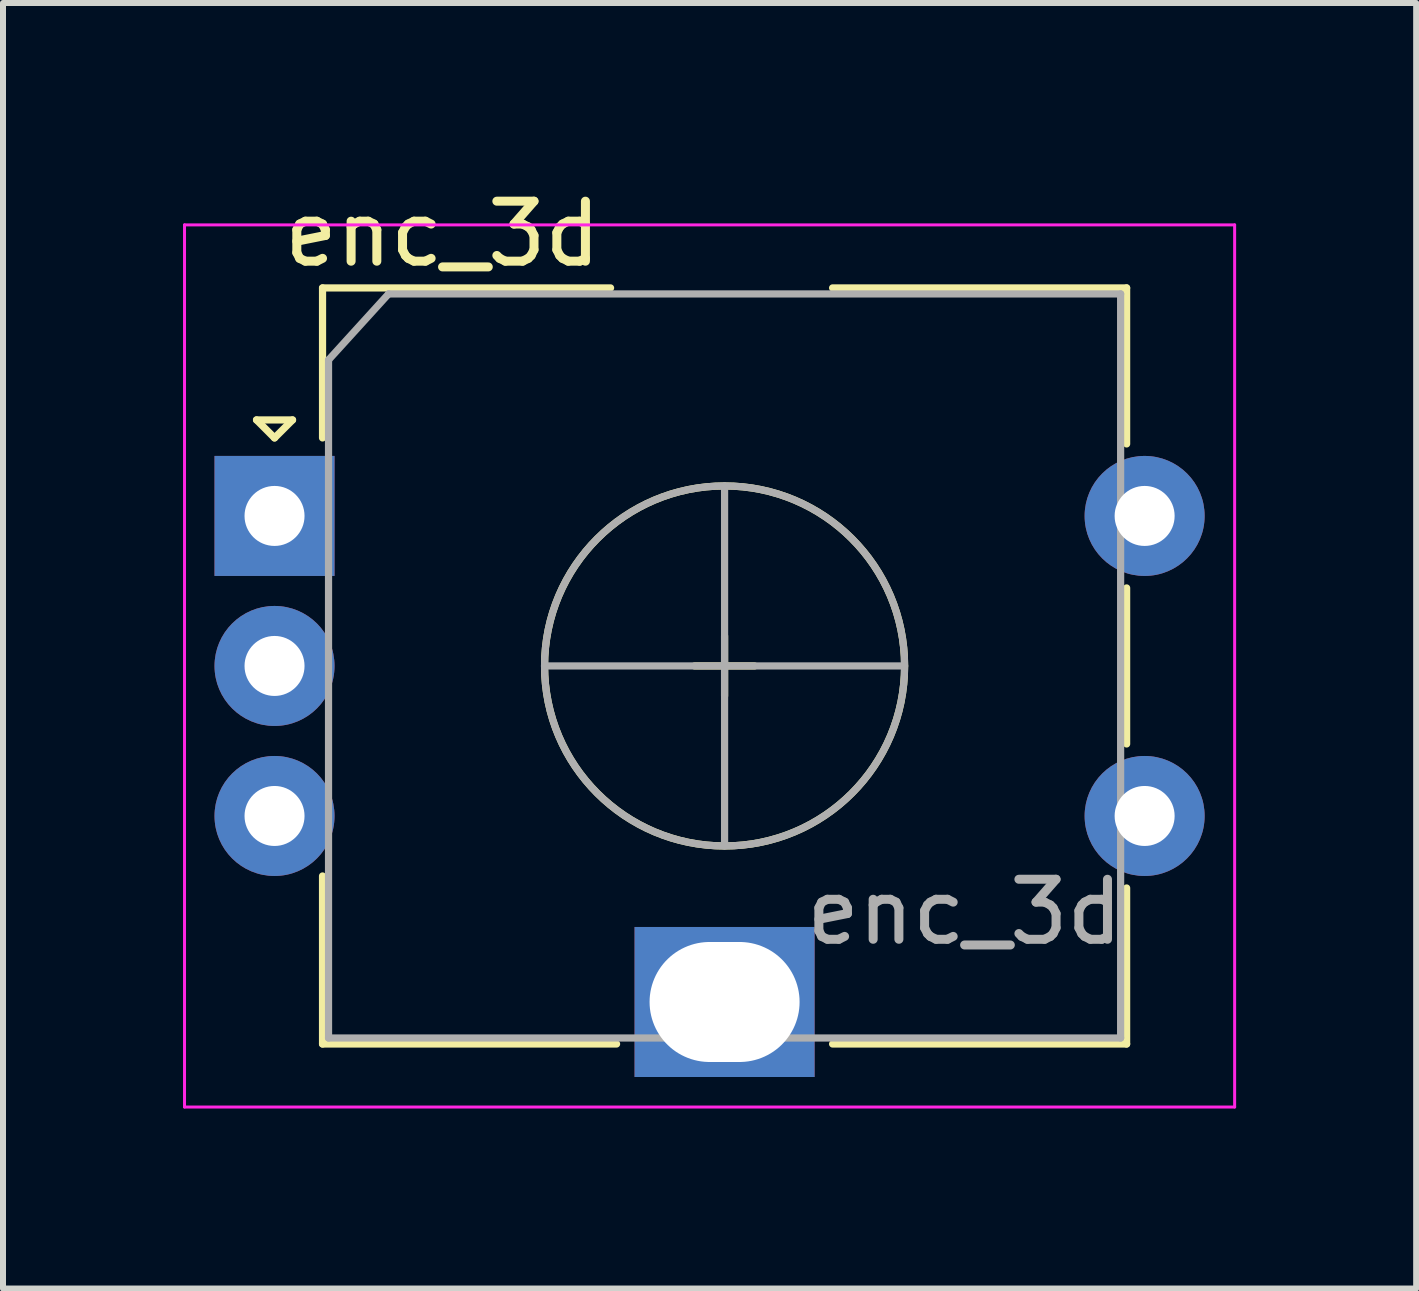
<source format=kicad_pcb>
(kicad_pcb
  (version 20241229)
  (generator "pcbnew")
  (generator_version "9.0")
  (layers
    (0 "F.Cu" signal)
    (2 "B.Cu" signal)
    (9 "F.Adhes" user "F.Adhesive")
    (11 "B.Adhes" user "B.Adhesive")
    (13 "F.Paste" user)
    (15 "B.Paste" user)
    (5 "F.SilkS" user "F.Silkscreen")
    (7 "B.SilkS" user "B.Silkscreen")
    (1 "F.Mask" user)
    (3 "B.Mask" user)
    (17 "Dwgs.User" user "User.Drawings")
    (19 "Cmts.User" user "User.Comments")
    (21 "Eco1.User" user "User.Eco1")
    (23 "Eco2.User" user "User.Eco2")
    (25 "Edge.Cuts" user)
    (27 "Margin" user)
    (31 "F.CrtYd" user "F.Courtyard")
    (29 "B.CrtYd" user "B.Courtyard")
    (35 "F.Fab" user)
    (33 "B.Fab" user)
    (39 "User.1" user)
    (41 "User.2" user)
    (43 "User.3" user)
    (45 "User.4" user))
  (footprint "enc_3d"
    (layer "F.Cu")
    (at 1.525 5.548)
    (property "Reference" "enc_3d" (at 2.8 -4.7 0) (layer "F.SilkS") (effects (font (size 1 1) (thickness 0.15))))
    (attr through_hole)
    (fp_line (start -0.3 -1.6) (end 0.3 -1.6) (stroke (width 0.12) (type solid)) (layer "F.SilkS"))
    (fp_line (start 0 -1.3) (end -0.3 -1.6) (stroke (width 0.12) (type solid)) (layer "F.SilkS"))
    (fp_line (start 0.3 -1.6) (end 0 -1.3) (stroke (width 0.12) (type solid)) (layer "F.SilkS"))
    (fp_line (start 0.8 -3.8) (end 0.8 -1.3) (stroke (width 0.12) (type solid)) (layer "F.SilkS"))
    (fp_line (start 0.8 8.8) (end 0.8 6) (stroke (width 0.12) (type solid)) (layer "F.SilkS"))
    (fp_line (start 5.6 -3.8) (end 0.8 -3.8) (stroke (width 0.12) (type solid)) (layer "F.SilkS"))
    (fp_line (start 5.7 8.8) (end 0.8 8.8) (stroke (width 0.12) (type solid)) (layer "F.SilkS"))
    (fp_line (start 7 2.5) (end 8 2.5) (stroke (width 0.12) (type solid)) (layer "F.SilkS"))
    (fp_line (start 7.5 2) (end 7.5 3) (stroke (width 0.12) (type solid)) (layer "F.SilkS"))
    (fp_line (start 9.3 -3.8) (end 14.2 -3.8) (stroke (width 0.12) (type solid)) (layer "F.SilkS"))
    (fp_line (start 14.2 -3.8) (end 14.2 -1.2) (stroke (width 0.12) (type solid)) (layer "F.SilkS"))
    (fp_line (start 14.2 1.2) (end 14.2 3.8) (stroke (width 0.12) (type solid)) (layer "F.SilkS"))
    (fp_line (start 14.2 6.2) (end 14.2 8.8) (stroke (width 0.12) (type solid)) (layer "F.SilkS"))
    (fp_line (start 14.2 8.8) (end 9.3 8.8) (stroke (width 0.12) (type solid)) (layer "F.SilkS"))
    (fp_circle (center 7.5 2.5) (end 10.5 2.5) (stroke (width 0.12) (type solid)) (fill no) (layer "F.SilkS"))
    (fp_line (start -1.5 -4.85) (end -1.5 9.85) (stroke (width 0.05) (type solid)) (layer "F.CrtYd"))
    (fp_line (start -1.5 -4.85) (end 16 -4.85) (stroke (width 0.05) (type solid)) (layer "F.CrtYd"))
    (fp_line (start 16 9.85) (end -1.5 9.85) (stroke (width 0.05) (type solid)) (layer "F.CrtYd"))
    (fp_line (start 16 9.85) (end 16 -4.85) (stroke (width 0.05) (type solid)) (layer "F.CrtYd"))
    (fp_line (start 0.9 -2.6) (end 1.9 -3.7) (stroke (width 0.12) (type solid)) (layer "F.Fab"))
    (fp_line (start 0.9 8.7) (end 0.9 -2.6) (stroke (width 0.12) (type solid)) (layer "F.Fab"))
    (fp_line (start 1.9 -3.7) (end 14.1 -3.7) (stroke (width 0.12) (type solid)) (layer "F.Fab"))
    (fp_line (start 4.5 2.5) (end 10.5 2.5) (stroke (width 0.12) (type solid)) (layer "F.Fab"))
    (fp_line (start 7.5 -0.5) (end 7.5 5.5) (stroke (width 0.12) (type solid)) (layer "F.Fab"))
    (fp_line (start 14.1 -3.7) (end 14.1 8.7) (stroke (width 0.12) (type solid)) (layer "F.Fab"))
    (fp_line (start 14.1 8.7) (end 0.9 8.7) (stroke (width 0.12) (type solid)) (layer "F.Fab"))
    (fp_circle (center 7.5 2.5) (end 10.5 2.5) (stroke (width 0.12) (type solid)) (fill no) (layer "F.Fab"))
    (fp_text user "${REFERENCE}" (at 11.5 6.6 0) (layer "F.Fab") (effects (font (size 1 1) (thickness 0.15))))
    (pad "A" thru_hole rect (at 0 0) (size 2 2) (drill 1) (layers "*.Cu" "*.Mask"))
    (pad "B" thru_hole circle (at 0 5) (size 2 2) (drill 1) (layers "*.Cu" "*.Mask"))
    (pad "C" thru_hole circle (at 0 2.5) (size 2 2) (drill 1) (layers "*.Cu" "*.Mask"))
    (pad "MP" thru_hole rect (at 7.5 8.1) (size 3 2.5) (drill oval 2.5 2) (layers "*.Cu" "*.Mask"))
    (pad "S1" thru_hole circle (at 14.5 0) (size 2 2) (drill 1) (layers "*.Cu" "*.Mask"))
    (pad "S2" thru_hole circle (at 14.5 5) (size 2 2) (drill 1) (layers "*.Cu" "*.Mask")))
  (gr_rect
    (start -3 -3)
    (end 20.55 18.423)
    (stroke (width 0.1) (type default))
    (fill no)
    (layer "Edge.Cuts")))
</source>
